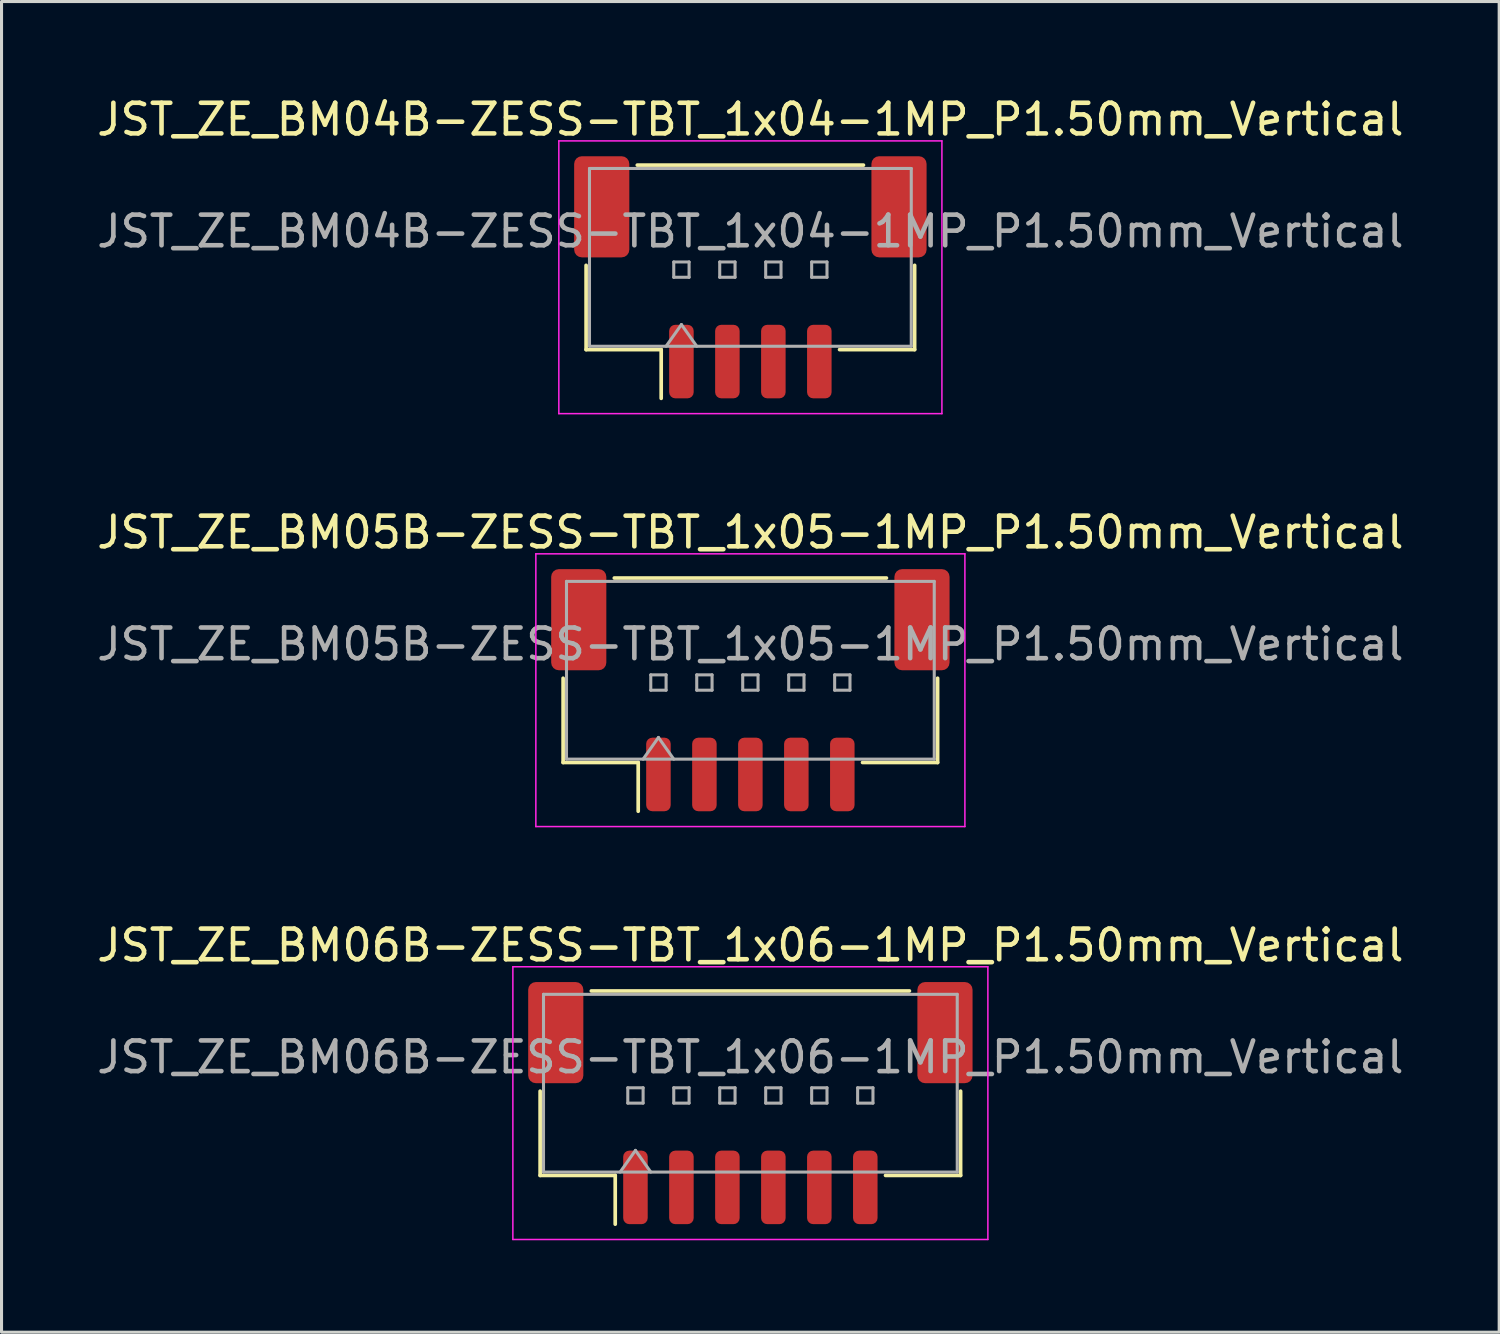
<source format=kicad_pcb>
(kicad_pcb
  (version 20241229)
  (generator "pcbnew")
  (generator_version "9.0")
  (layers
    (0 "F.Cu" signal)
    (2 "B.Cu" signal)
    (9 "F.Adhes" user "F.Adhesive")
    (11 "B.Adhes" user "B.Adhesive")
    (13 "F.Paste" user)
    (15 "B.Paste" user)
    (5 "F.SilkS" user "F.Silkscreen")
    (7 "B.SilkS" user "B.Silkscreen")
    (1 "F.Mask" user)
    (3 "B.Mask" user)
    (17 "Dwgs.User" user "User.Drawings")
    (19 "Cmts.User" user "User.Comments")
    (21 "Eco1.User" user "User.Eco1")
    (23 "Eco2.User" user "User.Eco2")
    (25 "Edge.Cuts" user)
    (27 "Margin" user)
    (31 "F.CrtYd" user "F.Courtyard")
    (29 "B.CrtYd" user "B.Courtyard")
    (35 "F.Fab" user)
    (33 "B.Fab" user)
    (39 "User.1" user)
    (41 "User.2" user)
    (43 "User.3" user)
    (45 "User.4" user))
  (footprint "JST_ZE_BM05B-ZESS-TBT_1x05-1MP_P1.50mm_Vertical"
    (layer "F.Cu")
    (at 21.435 19.471)
    (property "Reference" "JST_ZE_BM05B-ZESS-TBT_1x05-1MP_P1.50mm_Vertical" (at 0 -5.15 0) (layer "F.SilkS") (effects (font (size 1 1) (thickness 0.15))))
    (attr smd)
    (fp_line (start -6.11 -0.39) (end -6.11 2.36) (stroke (width 0.12) (type solid)) (layer "F.SilkS"))
    (fp_line (start -6.11 2.36) (end -3.66 2.36) (stroke (width 0.12) (type solid)) (layer "F.SilkS"))
    (fp_line (start -4.44 -3.66) (end 4.44 -3.66) (stroke (width 0.12) (type solid)) (layer "F.SilkS"))
    (fp_line (start -3.66 2.36) (end -3.66 3.95) (stroke (width 0.12) (type solid)) (layer "F.SilkS"))
    (fp_line (start 6.11 -0.39) (end 6.11 2.36) (stroke (width 0.12) (type solid)) (layer "F.SilkS"))
    (fp_line (start 6.11 2.36) (end 3.66 2.36) (stroke (width 0.12) (type solid)) (layer "F.SilkS"))
    (fp_line (start -7 -4.45) (end -7 4.45) (stroke (width 0.05) (type solid)) (layer "F.CrtYd"))
    (fp_line (start -7 4.45) (end 7 4.45) (stroke (width 0.05) (type solid)) (layer "F.CrtYd"))
    (fp_line (start 7 -4.45) (end -7 -4.45) (stroke (width 0.05) (type solid)) (layer "F.CrtYd"))
    (fp_line (start 7 4.45) (end 7 -4.45) (stroke (width 0.05) (type solid)) (layer "F.CrtYd"))
    (fp_line (start -6 -3.55) (end 6 -3.55) (stroke (width 0.1) (type solid)) (layer "F.Fab"))
    (fp_line (start -6 2.25) (end -6 -3.55) (stroke (width 0.1) (type solid)) (layer "F.Fab"))
    (fp_line (start -6 2.25) (end 6 2.25) (stroke (width 0.1) (type solid)) (layer "F.Fab"))
    (fp_line (start -3.5 2.25) (end -3 1.543) (stroke (width 0.1) (type solid)) (layer "F.Fab"))
    (fp_line (start -3.25 -0.5) (end -3.25 0) (stroke (width 0.1) (type solid)) (layer "F.Fab"))
    (fp_line (start -3.25 0) (end -2.75 0) (stroke (width 0.1) (type solid)) (layer "F.Fab"))
    (fp_line (start -3 1.543) (end -2.5 2.25) (stroke (width 0.1) (type solid)) (layer "F.Fab"))
    (fp_line (start -2.75 -0.5) (end -3.25 -0.5) (stroke (width 0.1) (type solid)) (layer "F.Fab"))
    (fp_line (start -2.75 0) (end -2.75 -0.5) (stroke (width 0.1) (type solid)) (layer "F.Fab"))
    (fp_line (start -1.75 -0.5) (end -1.75 0) (stroke (width 0.1) (type solid)) (layer "F.Fab"))
    (fp_line (start -1.75 0) (end -1.25 0) (stroke (width 0.1) (type solid)) (layer "F.Fab"))
    (fp_line (start -1.25 -0.5) (end -1.75 -0.5) (stroke (width 0.1) (type solid)) (layer "F.Fab"))
    (fp_line (start -1.25 0) (end -1.25 -0.5) (stroke (width 0.1) (type solid)) (layer "F.Fab"))
    (fp_line (start -0.25 -0.5) (end -0.25 0) (stroke (width 0.1) (type solid)) (layer "F.Fab"))
    (fp_line (start -0.25 0) (end 0.25 0) (stroke (width 0.1) (type solid)) (layer "F.Fab"))
    (fp_line (start 0.25 -0.5) (end -0.25 -0.5) (stroke (width 0.1) (type solid)) (layer "F.Fab"))
    (fp_line (start 0.25 0) (end 0.25 -0.5) (stroke (width 0.1) (type solid)) (layer "F.Fab"))
    (fp_line (start 1.25 -0.5) (end 1.25 0) (stroke (width 0.1) (type solid)) (layer "F.Fab"))
    (fp_line (start 1.25 0) (end 1.75 0) (stroke (width 0.1) (type solid)) (layer "F.Fab"))
    (fp_line (start 1.75 -0.5) (end 1.25 -0.5) (stroke (width 0.1) (type solid)) (layer "F.Fab"))
    (fp_line (start 1.75 0) (end 1.75 -0.5) (stroke (width 0.1) (type solid)) (layer "F.Fab"))
    (fp_line (start 2.75 -0.5) (end 2.75 0) (stroke (width 0.1) (type solid)) (layer "F.Fab"))
    (fp_line (start 2.75 0) (end 3.25 0) (stroke (width 0.1) (type solid)) (layer "F.Fab"))
    (fp_line (start 3.25 -0.5) (end 2.75 -0.5) (stroke (width 0.1) (type solid)) (layer "F.Fab"))
    (fp_line (start 3.25 0) (end 3.25 -0.5) (stroke (width 0.1) (type solid)) (layer "F.Fab"))
    (fp_line (start 6 2.25) (end 6 -3.55) (stroke (width 0.1) (type solid)) (layer "F.Fab"))
    (fp_text user "${REFERENCE}" (at 0 -1.5 0) (layer "F.Fab") (effects (font (size 1 1) (thickness 0.15))))
    (pad "1" smd roundrect (at -3 2.75) (size 0.8 2.4) (layers "F.Cu" "F.Mask" "F.Paste") (roundrect_rratio 0.25))
    (pad "2" smd roundrect (at -1.5 2.75) (size 0.8 2.4) (layers "F.Cu" "F.Mask" "F.Paste") (roundrect_rratio 0.25))
    (pad "3" smd roundrect (at 0 2.75) (size 0.8 2.4) (layers "F.Cu" "F.Mask" "F.Paste") (roundrect_rratio 0.25))
    (pad "4" smd roundrect (at 1.5 2.75) (size 0.8 2.4) (layers "F.Cu" "F.Mask" "F.Paste") (roundrect_rratio 0.25))
    (pad "5" smd roundrect (at 3 2.75) (size 0.8 2.4) (layers "F.Cu" "F.Mask" "F.Paste") (roundrect_rratio 0.25))
    (pad "MP" smd roundrect (at -5.6 -2.3) (size 1.8 3.3) (layers "F.Cu" "F.Mask" "F.Paste") (roundrect_rratio 0.139))
    (pad "MP" smd roundrect (at 5.6 -2.3) (size 1.8 3.3) (layers "F.Cu" "F.Mask" "F.Paste") (roundrect_rratio 0.139)))
  (footprint "JST_ZE_BM06B-ZESS-TBT_1x06-1MP_P1.50mm_Vertical"
    (layer "F.Cu")
    (at 21.435 32.945)
    (property "Reference" "JST_ZE_BM06B-ZESS-TBT_1x06-1MP_P1.50mm_Vertical" (at 0 -5.15 0) (layer "F.SilkS") (effects (font (size 1 1) (thickness 0.15))))
    (attr smd)
    (fp_line (start -6.86 -0.39) (end -6.86 2.36) (stroke (width 0.12) (type solid)) (layer "F.SilkS"))
    (fp_line (start -6.86 2.36) (end -4.41 2.36) (stroke (width 0.12) (type solid)) (layer "F.SilkS"))
    (fp_line (start -5.19 -3.66) (end 5.19 -3.66) (stroke (width 0.12) (type solid)) (layer "F.SilkS"))
    (fp_line (start -4.41 2.36) (end -4.41 3.95) (stroke (width 0.12) (type solid)) (layer "F.SilkS"))
    (fp_line (start 6.86 -0.39) (end 6.86 2.36) (stroke (width 0.12) (type solid)) (layer "F.SilkS"))
    (fp_line (start 6.86 2.36) (end 4.41 2.36) (stroke (width 0.12) (type solid)) (layer "F.SilkS"))
    (fp_line (start -7.75 -4.45) (end -7.75 4.45) (stroke (width 0.05) (type solid)) (layer "F.CrtYd"))
    (fp_line (start -7.75 4.45) (end 7.75 4.45) (stroke (width 0.05) (type solid)) (layer "F.CrtYd"))
    (fp_line (start 7.75 -4.45) (end -7.75 -4.45) (stroke (width 0.05) (type solid)) (layer "F.CrtYd"))
    (fp_line (start 7.75 4.45) (end 7.75 -4.45) (stroke (width 0.05) (type solid)) (layer "F.CrtYd"))
    (fp_line (start -6.75 -3.55) (end 6.75 -3.55) (stroke (width 0.1) (type solid)) (layer "F.Fab"))
    (fp_line (start -6.75 2.25) (end -6.75 -3.55) (stroke (width 0.1) (type solid)) (layer "F.Fab"))
    (fp_line (start -6.75 2.25) (end 6.75 2.25) (stroke (width 0.1) (type solid)) (layer "F.Fab"))
    (fp_line (start -4.25 2.25) (end -3.75 1.543) (stroke (width 0.1) (type solid)) (layer "F.Fab"))
    (fp_line (start -4 -0.5) (end -4 0) (stroke (width 0.1) (type solid)) (layer "F.Fab"))
    (fp_line (start -4 0) (end -3.5 0) (stroke (width 0.1) (type solid)) (layer "F.Fab"))
    (fp_line (start -3.75 1.543) (end -3.25 2.25) (stroke (width 0.1) (type solid)) (layer "F.Fab"))
    (fp_line (start -3.5 -0.5) (end -4 -0.5) (stroke (width 0.1) (type solid)) (layer "F.Fab"))
    (fp_line (start -3.5 0) (end -3.5 -0.5) (stroke (width 0.1) (type solid)) (layer "F.Fab"))
    (fp_line (start -2.5 -0.5) (end -2.5 0) (stroke (width 0.1) (type solid)) (layer "F.Fab"))
    (fp_line (start -2.5 0) (end -2 0) (stroke (width 0.1) (type solid)) (layer "F.Fab"))
    (fp_line (start -2 -0.5) (end -2.5 -0.5) (stroke (width 0.1) (type solid)) (layer "F.Fab"))
    (fp_line (start -2 0) (end -2 -0.5) (stroke (width 0.1) (type solid)) (layer "F.Fab"))
    (fp_line (start -1 -0.5) (end -1 0) (stroke (width 0.1) (type solid)) (layer "F.Fab"))
    (fp_line (start -1 0) (end -0.5 0) (stroke (width 0.1) (type solid)) (layer "F.Fab"))
    (fp_line (start -0.5 -0.5) (end -1 -0.5) (stroke (width 0.1) (type solid)) (layer "F.Fab"))
    (fp_line (start -0.5 0) (end -0.5 -0.5) (stroke (width 0.1) (type solid)) (layer "F.Fab"))
    (fp_line (start 0.5 -0.5) (end 0.5 0) (stroke (width 0.1) (type solid)) (layer "F.Fab"))
    (fp_line (start 0.5 0) (end 1 0) (stroke (width 0.1) (type solid)) (layer "F.Fab"))
    (fp_line (start 1 -0.5) (end 0.5 -0.5) (stroke (width 0.1) (type solid)) (layer "F.Fab"))
    (fp_line (start 1 0) (end 1 -0.5) (stroke (width 0.1) (type solid)) (layer "F.Fab"))
    (fp_line (start 2 -0.5) (end 2 0) (stroke (width 0.1) (type solid)) (layer "F.Fab"))
    (fp_line (start 2 0) (end 2.5 0) (stroke (width 0.1) (type solid)) (layer "F.Fab"))
    (fp_line (start 2.5 -0.5) (end 2 -0.5) (stroke (width 0.1) (type solid)) (layer "F.Fab"))
    (fp_line (start 2.5 0) (end 2.5 -0.5) (stroke (width 0.1) (type solid)) (layer "F.Fab"))
    (fp_line (start 3.5 -0.5) (end 3.5 0) (stroke (width 0.1) (type solid)) (layer "F.Fab"))
    (fp_line (start 3.5 0) (end 4 0) (stroke (width 0.1) (type solid)) (layer "F.Fab"))
    (fp_line (start 4 -0.5) (end 3.5 -0.5) (stroke (width 0.1) (type solid)) (layer "F.Fab"))
    (fp_line (start 4 0) (end 4 -0.5) (stroke (width 0.1) (type solid)) (layer "F.Fab"))
    (fp_line (start 6.75 2.25) (end 6.75 -3.55) (stroke (width 0.1) (type solid)) (layer "F.Fab"))
    (fp_text user "${REFERENCE}" (at 0 -1.5 0) (layer "F.Fab") (effects (font (size 1 1) (thickness 0.15))))
    (pad "1" smd roundrect (at -3.75 2.75) (size 0.8 2.4) (layers "F.Cu" "F.Mask" "F.Paste") (roundrect_rratio 0.25))
    (pad "2" smd roundrect (at -2.25 2.75) (size 0.8 2.4) (layers "F.Cu" "F.Mask" "F.Paste") (roundrect_rratio 0.25))
    (pad "3" smd roundrect (at -0.75 2.75) (size 0.8 2.4) (layers "F.Cu" "F.Mask" "F.Paste") (roundrect_rratio 0.25))
    (pad "4" smd roundrect (at 0.75 2.75) (size 0.8 2.4) (layers "F.Cu" "F.Mask" "F.Paste") (roundrect_rratio 0.25))
    (pad "5" smd roundrect (at 2.25 2.75) (size 0.8 2.4) (layers "F.Cu" "F.Mask" "F.Paste") (roundrect_rratio 0.25))
    (pad "6" smd roundrect (at 3.75 2.75) (size 0.8 2.4) (layers "F.Cu" "F.Mask" "F.Paste") (roundrect_rratio 0.25))
    (pad "MP" smd roundrect (at -6.35 -2.3) (size 1.8 3.3) (layers "F.Cu" "F.Mask" "F.Paste") (roundrect_rratio 0.139))
    (pad "MP" smd roundrect (at 6.35 -2.3) (size 1.8 3.3) (layers "F.Cu" "F.Mask" "F.Paste") (roundrect_rratio 0.139)))
  (footprint "JST_ZE_BM04B-ZESS-TBT_1x04-1MP_P1.50mm_Vertical"
    (layer "F.Cu")
    (at 21.435 5.998)
    (property "Reference" "JST_ZE_BM04B-ZESS-TBT_1x04-1MP_P1.50mm_Vertical" (at 0 -5.15 0) (layer "F.SilkS") (effects (font (size 1 1) (thickness 0.15))))
    (attr smd)
    (fp_line (start -5.36 -0.39) (end -5.36 2.36) (stroke (width 0.12) (type solid)) (layer "F.SilkS"))
    (fp_line (start -5.36 2.36) (end -2.91 2.36) (stroke (width 0.12) (type solid)) (layer "F.SilkS"))
    (fp_line (start -3.69 -3.66) (end 3.69 -3.66) (stroke (width 0.12) (type solid)) (layer "F.SilkS"))
    (fp_line (start -2.91 2.36) (end -2.91 3.95) (stroke (width 0.12) (type solid)) (layer "F.SilkS"))
    (fp_line (start 5.36 -0.39) (end 5.36 2.36) (stroke (width 0.12) (type solid)) (layer "F.SilkS"))
    (fp_line (start 5.36 2.36) (end 2.91 2.36) (stroke (width 0.12) (type solid)) (layer "F.SilkS"))
    (fp_line (start -6.25 -4.45) (end -6.25 4.45) (stroke (width 0.05) (type solid)) (layer "F.CrtYd"))
    (fp_line (start -6.25 4.45) (end 6.25 4.45) (stroke (width 0.05) (type solid)) (layer "F.CrtYd"))
    (fp_line (start 6.25 -4.45) (end -6.25 -4.45) (stroke (width 0.05) (type solid)) (layer "F.CrtYd"))
    (fp_line (start 6.25 4.45) (end 6.25 -4.45) (stroke (width 0.05) (type solid)) (layer "F.CrtYd"))
    (fp_line (start -5.25 -3.55) (end 5.25 -3.55) (stroke (width 0.1) (type solid)) (layer "F.Fab"))
    (fp_line (start -5.25 2.25) (end -5.25 -3.55) (stroke (width 0.1) (type solid)) (layer "F.Fab"))
    (fp_line (start -5.25 2.25) (end 5.25 2.25) (stroke (width 0.1) (type solid)) (layer "F.Fab"))
    (fp_line (start -2.75 2.25) (end -2.25 1.543) (stroke (width 0.1) (type solid)) (layer "F.Fab"))
    (fp_line (start -2.5 -0.5) (end -2.5 0) (stroke (width 0.1) (type solid)) (layer "F.Fab"))
    (fp_line (start -2.5 0) (end -2 0) (stroke (width 0.1) (type solid)) (layer "F.Fab"))
    (fp_line (start -2.25 1.543) (end -1.75 2.25) (stroke (width 0.1) (type solid)) (layer "F.Fab"))
    (fp_line (start -2 -0.5) (end -2.5 -0.5) (stroke (width 0.1) (type solid)) (layer "F.Fab"))
    (fp_line (start -2 0) (end -2 -0.5) (stroke (width 0.1) (type solid)) (layer "F.Fab"))
    (fp_line (start -1 -0.5) (end -1 0) (stroke (width 0.1) (type solid)) (layer "F.Fab"))
    (fp_line (start -1 0) (end -0.5 0) (stroke (width 0.1) (type solid)) (layer "F.Fab"))
    (fp_line (start -0.5 -0.5) (end -1 -0.5) (stroke (width 0.1) (type solid)) (layer "F.Fab"))
    (fp_line (start -0.5 0) (end -0.5 -0.5) (stroke (width 0.1) (type solid)) (layer "F.Fab"))
    (fp_line (start 0.5 -0.5) (end 0.5 0) (stroke (width 0.1) (type solid)) (layer "F.Fab"))
    (fp_line (start 0.5 0) (end 1 0) (stroke (width 0.1) (type solid)) (layer "F.Fab"))
    (fp_line (start 1 -0.5) (end 0.5 -0.5) (stroke (width 0.1) (type solid)) (layer "F.Fab"))
    (fp_line (start 1 0) (end 1 -0.5) (stroke (width 0.1) (type solid)) (layer "F.Fab"))
    (fp_line (start 2 -0.5) (end 2 0) (stroke (width 0.1) (type solid)) (layer "F.Fab"))
    (fp_line (start 2 0) (end 2.5 0) (stroke (width 0.1) (type solid)) (layer "F.Fab"))
    (fp_line (start 2.5 -0.5) (end 2 -0.5) (stroke (width 0.1) (type solid)) (layer "F.Fab"))
    (fp_line (start 2.5 0) (end 2.5 -0.5) (stroke (width 0.1) (type solid)) (layer "F.Fab"))
    (fp_line (start 5.25 2.25) (end 5.25 -3.55) (stroke (width 0.1) (type solid)) (layer "F.Fab"))
    (fp_text user "${REFERENCE}" (at 0 -1.5 0) (layer "F.Fab") (effects (font (size 1 1) (thickness 0.15))))
    (pad "1" smd roundrect (at -2.25 2.75) (size 0.8 2.4) (layers "F.Cu" "F.Mask" "F.Paste") (roundrect_rratio 0.25))
    (pad "2" smd roundrect (at -0.75 2.75) (size 0.8 2.4) (layers "F.Cu" "F.Mask" "F.Paste") (roundrect_rratio 0.25))
    (pad "3" smd roundrect (at 0.75 2.75) (size 0.8 2.4) (layers "F.Cu" "F.Mask" "F.Paste") (roundrect_rratio 0.25))
    (pad "4" smd roundrect (at 2.25 2.75) (size 0.8 2.4) (layers "F.Cu" "F.Mask" "F.Paste") (roundrect_rratio 0.25))
    (pad "MP" smd roundrect (at -4.85 -2.3) (size 1.8 3.3) (layers "F.Cu" "F.Mask" "F.Paste") (roundrect_rratio 0.139))
    (pad "MP" smd roundrect (at 4.85 -2.3) (size 1.8 3.3) (layers "F.Cu" "F.Mask" "F.Paste") (roundrect_rratio 0.139)))
  (gr_rect
    (start -3 -3)
    (end 45.869 40.42)
    (stroke (width 0.1) (type default))
    (fill no)
    (layer "Edge.Cuts")))
</source>
